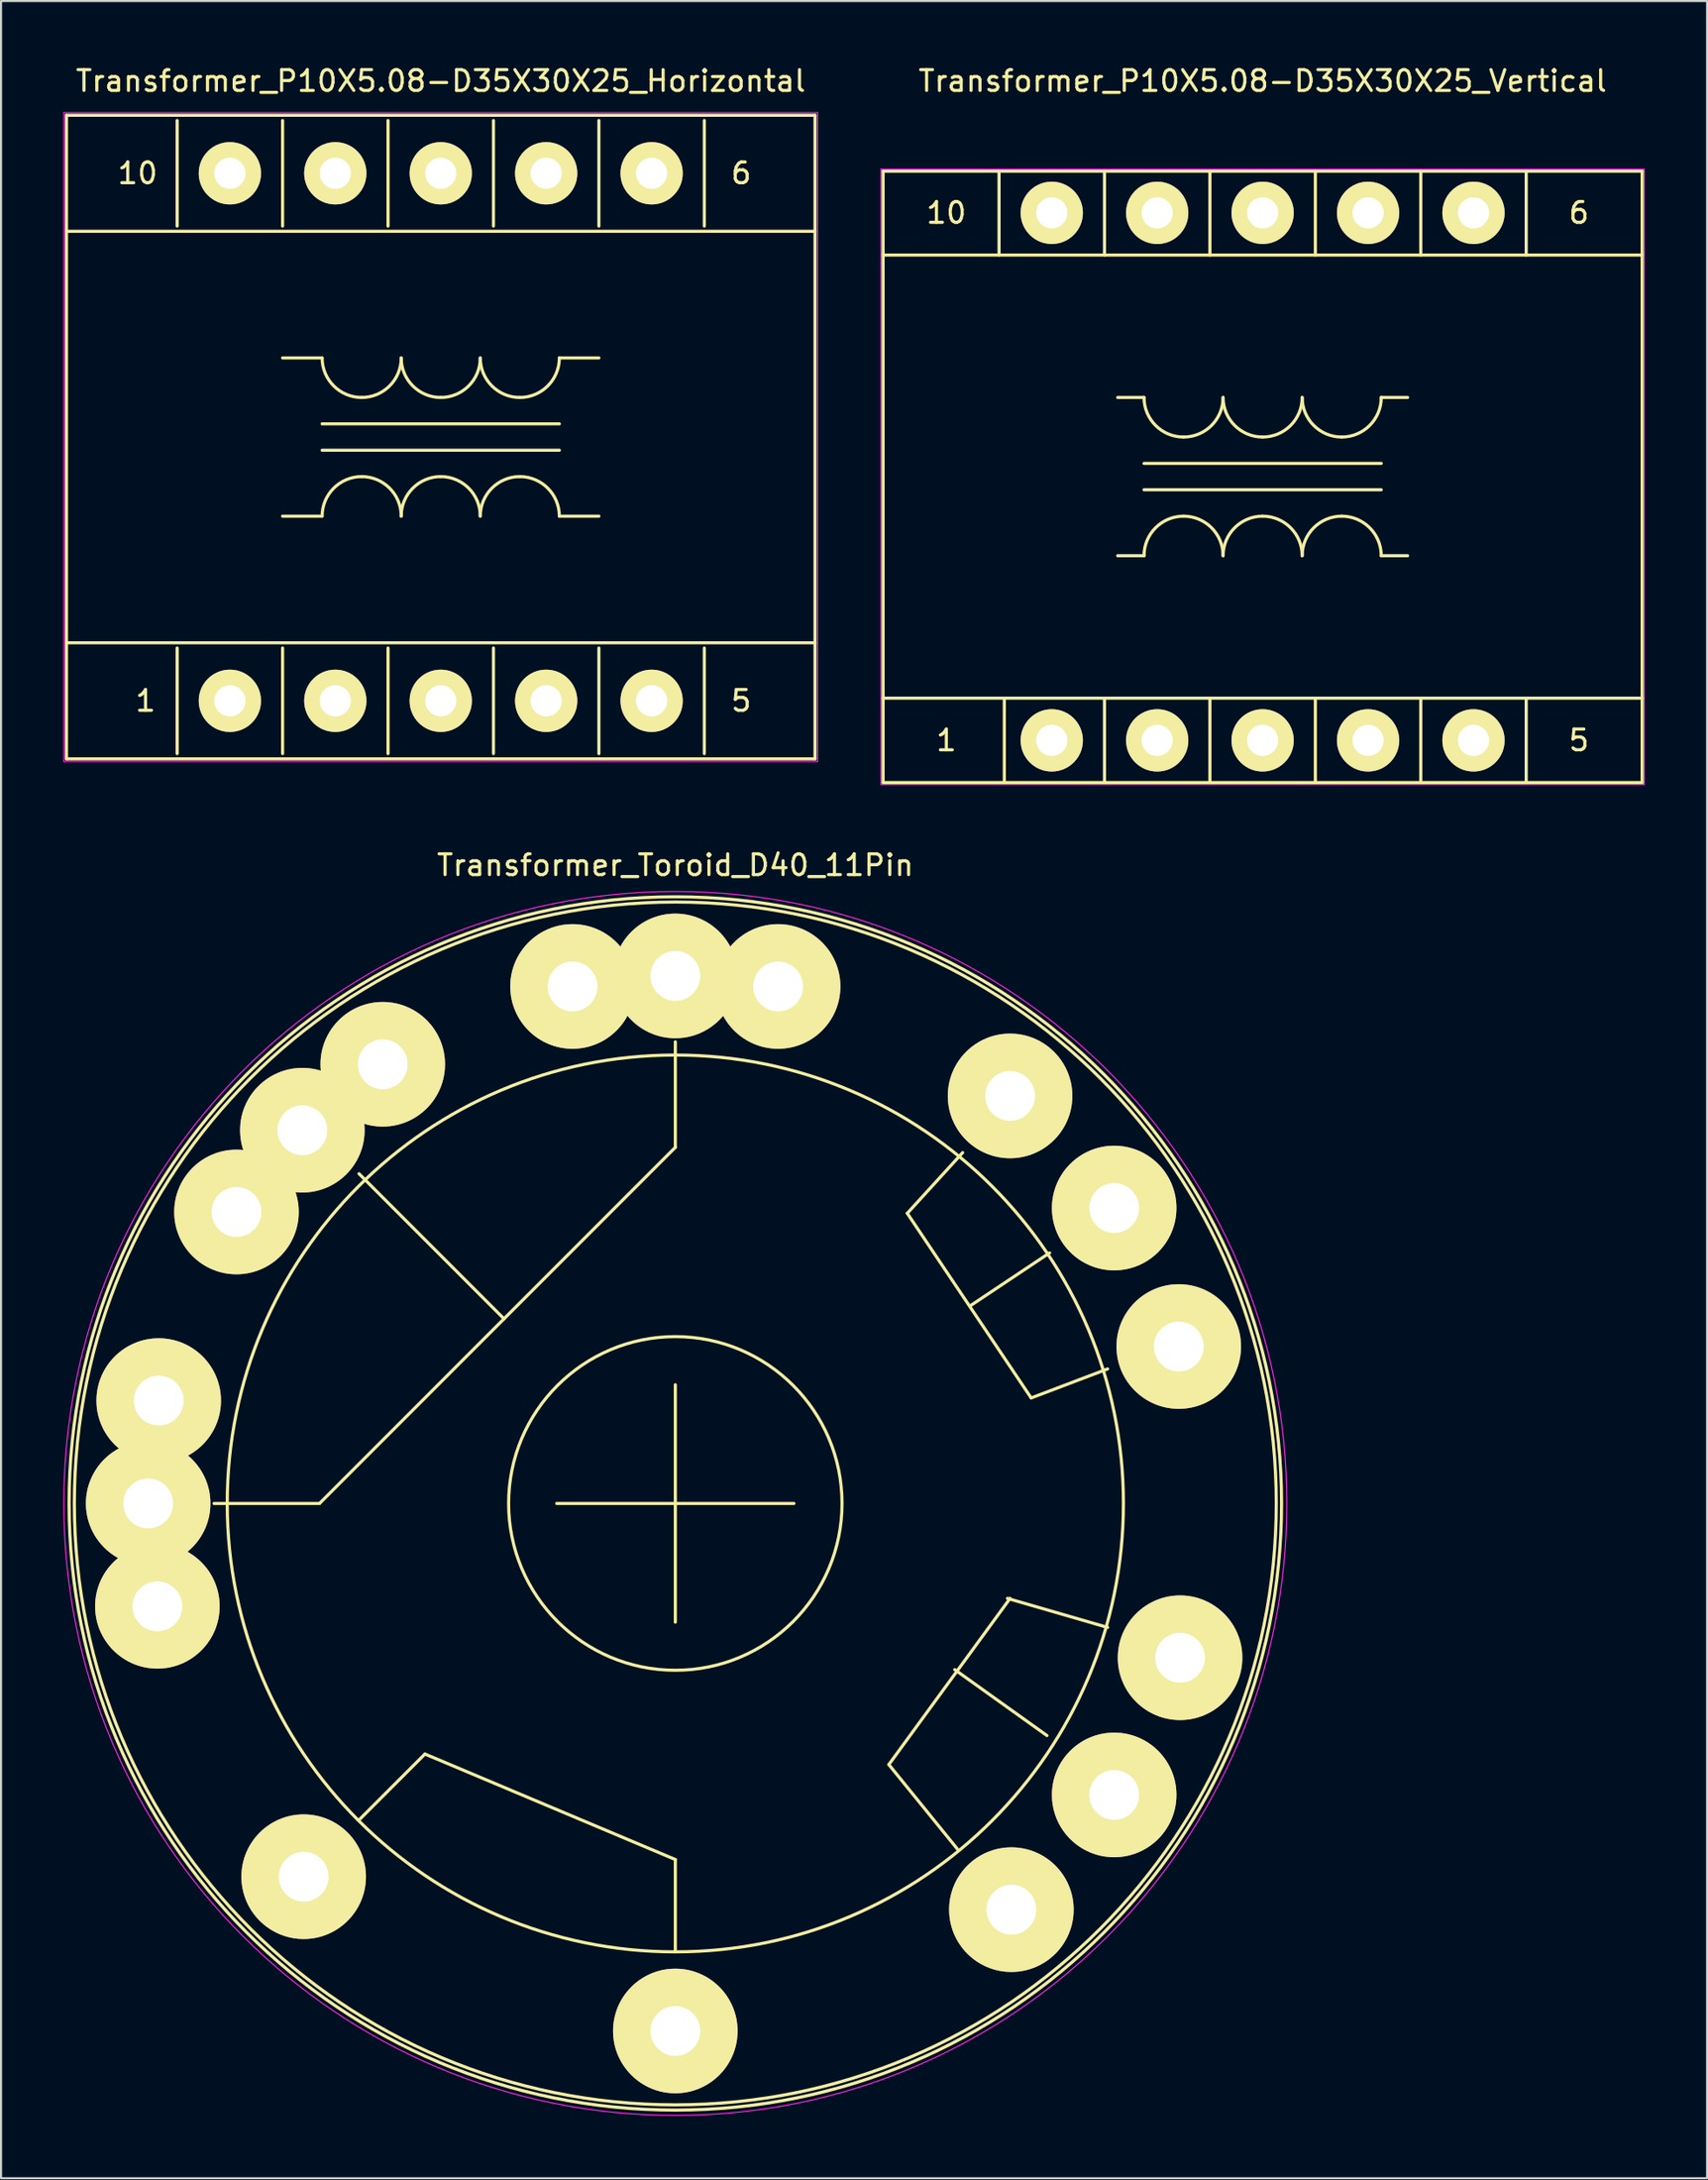
<source format=kicad_pcb>
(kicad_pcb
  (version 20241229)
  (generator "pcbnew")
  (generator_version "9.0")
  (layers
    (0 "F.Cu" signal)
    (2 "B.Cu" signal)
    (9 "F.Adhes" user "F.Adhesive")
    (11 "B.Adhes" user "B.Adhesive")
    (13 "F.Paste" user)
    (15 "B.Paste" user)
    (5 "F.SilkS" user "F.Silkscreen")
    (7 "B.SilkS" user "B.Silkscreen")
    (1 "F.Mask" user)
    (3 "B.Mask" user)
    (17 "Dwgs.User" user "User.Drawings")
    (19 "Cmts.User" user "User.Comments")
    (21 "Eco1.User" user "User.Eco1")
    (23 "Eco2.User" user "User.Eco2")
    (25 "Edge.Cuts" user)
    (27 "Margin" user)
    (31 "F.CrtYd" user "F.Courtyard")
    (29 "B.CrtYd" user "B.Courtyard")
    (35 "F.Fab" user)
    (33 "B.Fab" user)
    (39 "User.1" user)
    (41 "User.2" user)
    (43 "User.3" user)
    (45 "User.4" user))
  (footprint "Transformer_P10X5.08-D35X30X25_Horizontal"
    (layer "F.Cu")
    (at 8.026 30.693)
    (property "Reference" "Transformer_P10X5.08-D35X30X25_Horizontal" (at 10.16 -29.845 0) (layer "F.SilkS") (effects (font (size 1 1) (thickness 0.15))))
    (attr through_hole)
    (fp_line (start -7.874 -28.194) (end -7.874 2.794) (stroke (width 0.15) (type solid)) (layer "F.SilkS"))
    (fp_line (start -7.874 -22.606) (end 28.194 -22.606) (stroke (width 0.15) (type solid)) (layer "F.SilkS"))
    (fp_line (start -7.874 -2.794) (end 28.194 -2.794) (stroke (width 0.15) (type solid)) (layer "F.SilkS"))
    (fp_line (start -7.874 2.794) (end 28.194 2.794) (stroke (width 0.15) (type solid)) (layer "F.SilkS"))
    (fp_line (start -2.54 -22.86) (end -2.54 -27.94) (stroke (width 0.15) (type solid)) (layer "F.SilkS"))
    (fp_line (start -2.54 -2.54) (end -2.54 2.54) (stroke (width 0.15) (type solid)) (layer "F.SilkS"))
    (fp_line (start 2.54 -27.94) (end 2.54 -22.86) (stroke (width 0.15) (type solid)) (layer "F.SilkS"))
    (fp_line (start 2.54 -16.51) (end 4.445 -16.51) (stroke (width 0.15) (type solid)) (layer "F.SilkS"))
    (fp_line (start 2.54 -2.54) (end 2.54 2.54) (stroke (width 0.15) (type solid)) (layer "F.SilkS"))
    (fp_line (start 4.445 -13.335) (end 15.875 -13.335) (stroke (width 0.15) (type solid)) (layer "F.SilkS"))
    (fp_line (start 4.445 -8.89) (end 2.54 -8.89) (stroke (width 0.15) (type solid)) (layer "F.SilkS"))
    (fp_line (start 7.62 -22.86) (end 7.62 -27.94) (stroke (width 0.15) (type solid)) (layer "F.SilkS"))
    (fp_line (start 7.62 -2.54) (end 7.62 2.54) (stroke (width 0.15) (type solid)) (layer "F.SilkS"))
    (fp_line (start 12.7 -27.94) (end 12.7 -22.86) (stroke (width 0.15) (type solid)) (layer "F.SilkS"))
    (fp_line (start 12.7 -2.54) (end 12.7 2.54) (stroke (width 0.15) (type solid)) (layer "F.SilkS"))
    (fp_line (start 15.875 -16.51) (end 17.78 -16.51) (stroke (width 0.15) (type solid)) (layer "F.SilkS"))
    (fp_line (start 15.875 -12.065) (end 4.445 -12.065) (stroke (width 0.15) (type solid)) (layer "F.SilkS"))
    (fp_line (start 17.78 -27.94) (end 17.78 -22.86) (stroke (width 0.15) (type solid)) (layer "F.SilkS"))
    (fp_line (start 17.78 -8.89) (end 15.875 -8.89) (stroke (width 0.15) (type solid)) (layer "F.SilkS"))
    (fp_line (start 17.78 -2.54) (end 17.78 2.54) (stroke (width 0.15) (type solid)) (layer "F.SilkS"))
    (fp_line (start 22.86 -27.94) (end 22.86 -22.86) (stroke (width 0.15) (type solid)) (layer "F.SilkS"))
    (fp_line (start 22.86 -2.54) (end 22.86 2.54) (stroke (width 0.15) (type solid)) (layer "F.SilkS"))
    (fp_line (start 28.194 -28.194) (end -7.874 -28.194) (stroke (width 0.15) (type solid)) (layer "F.SilkS"))
    (fp_line (start 28.194 2.794) (end 28.194 -28.194) (stroke (width 0.15) (type solid)) (layer "F.SilkS"))
    (fp_arc (start 4.445 -8.89) (mid 5.002962 -10.237038) (end 6.35 -10.795) (stroke (width 0.15) (type solid)) (layer "F.SilkS"))
    (fp_arc (start 6.35 -14.605) (mid 5.002962 -15.162962) (end 4.445 -16.51) (stroke (width 0.15) (type solid)) (layer "F.SilkS"))
    (fp_arc (start 6.35 -10.795) (mid 7.697038 -10.237038) (end 8.255 -8.89) (stroke (width 0.15) (type solid)) (layer "F.SilkS"))
    (fp_arc (start 8.255 -16.51) (mid 7.697038 -15.162962) (end 6.35 -14.605) (stroke (width 0.15) (type solid)) (layer "F.SilkS"))
    (fp_arc (start 8.255 -8.89) (mid 8.812962 -10.237038) (end 10.16 -10.795) (stroke (width 0.15) (type solid)) (layer "F.SilkS"))
    (fp_arc (start 10.16 -14.605) (mid 8.812962 -15.162962) (end 8.255 -16.51) (stroke (width 0.15) (type solid)) (layer "F.SilkS"))
    (fp_arc (start 10.16 -10.795) (mid 11.507038 -10.237038) (end 12.065 -8.89) (stroke (width 0.15) (type solid)) (layer "F.SilkS"))
    (fp_arc (start 12.065 -16.51) (mid 11.507038 -15.162962) (end 10.16 -14.605) (stroke (width 0.15) (type solid)) (layer "F.SilkS"))
    (fp_arc (start 12.065 -8.89) (mid 12.622962 -10.237038) (end 13.97 -10.795) (stroke (width 0.15) (type solid)) (layer "F.SilkS"))
    (fp_arc (start 13.97 -14.605) (mid 12.622962 -15.162962) (end 12.065 -16.51) (stroke (width 0.15) (type solid)) (layer "F.SilkS"))
    (fp_arc (start 13.97 -10.795) (mid 15.317038 -10.237038) (end 15.875 -8.89) (stroke (width 0.15) (type solid)) (layer "F.SilkS"))
    (fp_arc (start 15.875 -16.51) (mid 15.317038 -15.162962) (end 13.97 -14.605) (stroke (width 0.15) (type solid)) (layer "F.SilkS"))
    (fp_line (start -8.001 -28.321) (end -8.001 2.921) (stroke (width 0.05) (type solid)) (layer "F.CrtYd"))
    (fp_line (start -8.001 2.921) (end 28.321 2.921) (stroke (width 0.05) (type solid)) (layer "F.CrtYd"))
    (fp_line (start 28.321 -28.321) (end -8.001 -28.321) (stroke (width 0.05) (type solid)) (layer "F.CrtYd"))
    (fp_line (start 28.321 2.921) (end 28.321 -28.321) (stroke (width 0.05) (type solid)) (layer "F.CrtYd"))
    (fp_text user "6" (at 24.638 -25.4 0) (layer "F.SilkS") (effects (font (size 1 1) (thickness 0.15))))
    (fp_text user "5" (at 24.638 0 0) (layer "F.SilkS") (effects (font (size 1 1) (thickness 0.15))))
    (fp_text user "1" (at -4.064 0 0) (layer "F.SilkS") (effects (font (size 1 1) (thickness 0.15))))
    (fp_text user "10" (at -4.445 -25.4 0) (layer "F.SilkS") (effects (font (size 1 1) (thickness 0.15))))
    (pad "1" thru_hole circle (at 0 0 90) (size 3 3) (drill 1.501) (layers "*.Cu" "*.Mask" "F.SilkS"))
    (pad "2" thru_hole circle (at 5.08 0 90) (size 3 3) (drill 1.501) (layers "*.Cu" "*.Mask" "F.SilkS"))
    (pad "3" thru_hole circle (at 10.16 0 90) (size 3 3) (drill 1.501) (layers "*.Cu" "*.Mask" "F.SilkS"))
    (pad "4" thru_hole circle (at 15.24 0 90) (size 3 3) (drill 1.501) (layers "*.Cu" "*.Mask" "F.SilkS"))
    (pad "5" thru_hole circle (at 20.32 0 90) (size 3 3) (drill 1.501) (layers "*.Cu" "*.Mask" "F.SilkS"))
    (pad "6" thru_hole circle (at 20.32 -25.4 90) (size 3 3) (drill 1.501) (layers "*.Cu" "*.Mask" "F.SilkS"))
    (pad "7" thru_hole circle (at 15.24 -25.4 90) (size 3 3) (drill 1.501) (layers "*.Cu" "*.Mask" "F.SilkS"))
    (pad "8" thru_hole circle (at 10.16 -25.4 90) (size 3 3) (drill 1.501) (layers "*.Cu" "*.Mask" "F.SilkS"))
    (pad "9" thru_hole circle (at 5.08 -25.4 90) (size 3 3) (drill 1.501) (layers "*.Cu" "*.Mask" "F.SilkS"))
    (pad "10" thru_hole circle (at 0 -25.4 90) (size 3 3) (drill 1.501) (layers "*.Cu" "*.Mask" "F.SilkS")))
  (footprint "Transformer_P10X5.08-D35X30X25_Vertical"
    (layer "F.Cu")
    (at 47.627 32.598)
    (property "Reference" "Transformer_P10X5.08-D35X30X25_Vertical" (at 10.16 -31.75 0) (layer "F.SilkS") (effects (font (size 1 1) (thickness 0.15))))
    (attr through_hole)
    (fp_line (start -8.128 -27.407) (end 28.448 -27.407) (stroke (width 0.15) (type solid)) (layer "F.SilkS"))
    (fp_line (start -8.128 -23.368) (end 28.448 -23.368) (stroke (width 0.15) (type solid)) (layer "F.SilkS"))
    (fp_line (start -8.128 -2.032) (end 28.448 -2.032) (stroke (width 0.15) (type solid)) (layer "F.SilkS"))
    (fp_line (start -8.128 2.032) (end -8.128 -27.407) (stroke (width 0.15) (type solid)) (layer "F.SilkS"))
    (fp_line (start -2.54 -27.432) (end -2.54 -23.368) (stroke (width 0.15) (type solid)) (layer "F.SilkS"))
    (fp_line (start -2.286 -2.032) (end -2.286 2.032) (stroke (width 0.15) (type solid)) (layer "F.SilkS"))
    (fp_line (start 2.54 -27.432) (end 2.54 -23.368) (stroke (width 0.15) (type solid)) (layer "F.SilkS"))
    (fp_line (start 2.54 -2.032) (end 2.54 2.032) (stroke (width 0.15) (type solid)) (layer "F.SilkS"))
    (fp_line (start 4.445 -16.51) (end 3.175 -16.51) (stroke (width 0.15) (type solid)) (layer "F.SilkS"))
    (fp_line (start 4.445 -13.335) (end 15.875 -13.335) (stroke (width 0.15) (type solid)) (layer "F.SilkS"))
    (fp_line (start 4.445 -12.065) (end 15.875 -12.065) (stroke (width 0.15) (type solid)) (layer "F.SilkS"))
    (fp_line (start 4.445 -8.89) (end 3.175 -8.89) (stroke (width 0.15) (type solid)) (layer "F.SilkS"))
    (fp_line (start 7.62 -27.432) (end 7.62 -23.368) (stroke (width 0.15) (type solid)) (layer "F.SilkS"))
    (fp_line (start 7.62 -2.032) (end 7.62 2.032) (stroke (width 0.15) (type solid)) (layer "F.SilkS"))
    (fp_line (start 12.7 -27.432) (end 12.7 -23.368) (stroke (width 0.15) (type solid)) (layer "F.SilkS"))
    (fp_line (start 12.7 -2.032) (end 12.7 2.032) (stroke (width 0.15) (type solid)) (layer "F.SilkS"))
    (fp_line (start 15.875 -16.51) (end 17.145 -16.51) (stroke (width 0.15) (type solid)) (layer "F.SilkS"))
    (fp_line (start 15.875 -8.89) (end 17.145 -8.89) (stroke (width 0.15) (type solid)) (layer "F.SilkS"))
    (fp_line (start 17.78 -27.432) (end 17.78 -23.368) (stroke (width 0.15) (type solid)) (layer "F.SilkS"))
    (fp_line (start 17.78 -2.032) (end 17.78 2.032) (stroke (width 0.15) (type solid)) (layer "F.SilkS"))
    (fp_line (start 22.86 -27.432) (end 22.86 -23.368) (stroke (width 0.15) (type solid)) (layer "F.SilkS"))
    (fp_line (start 22.86 -2.032) (end 22.86 2.032) (stroke (width 0.15) (type solid)) (layer "F.SilkS"))
    (fp_line (start 28.448 -27.407) (end 28.448 2.032) (stroke (width 0.15) (type solid)) (layer "F.SilkS"))
    (fp_line (start 28.448 2.032) (end -8.128 2.032) (stroke (width 0.15) (type solid)) (layer "F.SilkS"))
    (fp_arc (start 4.445 -8.89) (mid 5.002962 -10.237038) (end 6.35 -10.795) (stroke (width 0.15) (type solid)) (layer "F.SilkS"))
    (fp_arc (start 6.35 -14.605) (mid 5.002962 -15.162962) (end 4.445 -16.51) (stroke (width 0.15) (type solid)) (layer "F.SilkS"))
    (fp_arc (start 6.35 -10.795) (mid 7.697038 -10.237038) (end 8.255 -8.89) (stroke (width 0.15) (type solid)) (layer "F.SilkS"))
    (fp_arc (start 8.255 -16.51) (mid 7.697038 -15.162962) (end 6.35 -14.605) (stroke (width 0.15) (type solid)) (layer "F.SilkS"))
    (fp_arc (start 8.255 -8.89) (mid 8.812962 -10.237038) (end 10.16 -10.795) (stroke (width 0.15) (type solid)) (layer "F.SilkS"))
    (fp_arc (start 10.16 -14.605) (mid 8.812962 -15.162962) (end 8.255 -16.51) (stroke (width 0.15) (type solid)) (layer "F.SilkS"))
    (fp_arc (start 10.16 -10.795) (mid 11.507038 -10.237038) (end 12.065 -8.89) (stroke (width 0.15) (type solid)) (layer "F.SilkS"))
    (fp_arc (start 12.065 -16.51) (mid 11.507038 -15.162962) (end 10.16 -14.605) (stroke (width 0.15) (type solid)) (layer "F.SilkS"))
    (fp_arc (start 12.065 -8.89) (mid 12.622962 -10.237038) (end 13.97 -10.795) (stroke (width 0.15) (type solid)) (layer "F.SilkS"))
    (fp_arc (start 13.97 -14.605) (mid 12.622962 -15.162962) (end 12.065 -16.51) (stroke (width 0.15) (type solid)) (layer "F.SilkS"))
    (fp_arc (start 13.97 -10.795) (mid 15.317038 -10.237038) (end 15.875 -8.89) (stroke (width 0.15) (type solid)) (layer "F.SilkS"))
    (fp_arc (start 15.875 -16.51) (mid 15.317038 -15.162962) (end 13.97 -14.605) (stroke (width 0.15) (type solid)) (layer "F.SilkS"))
    (fp_line (start -8.23 -27.508) (end 28.55 -27.508) (stroke (width 0.05) (type solid)) (layer "F.CrtYd"))
    (fp_line (start -8.23 2.134) (end -8.23 -27.508) (stroke (width 0.05) (type solid)) (layer "F.CrtYd"))
    (fp_line (start 28.55 -27.508) (end 28.55 2.134) (stroke (width 0.05) (type solid)) (layer "F.CrtYd"))
    (fp_line (start 28.55 2.134) (end -8.23 2.134) (stroke (width 0.05) (type solid)) (layer "F.CrtYd"))
    (fp_text user "6" (at 25.4 -25.4 0) (layer "F.SilkS") (effects (font (size 1 1) (thickness 0.15))))
    (fp_text user "10" (at -5.08 -25.4 0) (layer "F.SilkS") (effects (font (size 1 1) (thickness 0.15))))
    (fp_text user "1" (at -5.08 0 0) (layer "F.SilkS") (effects (font (size 1 1) (thickness 0.15))))
    (fp_text user "5" (at 25.4 0 0) (layer "F.SilkS") (effects (font (size 1 1) (thickness 0.15))))
    (pad "1" thru_hole circle (at 0 0 90) (size 3 3) (drill 1.501) (layers "*.Cu" "*.Mask" "F.SilkS"))
    (pad "2" thru_hole circle (at 5.08 0 90) (size 3 3) (drill 1.501) (layers "*.Cu" "*.Mask" "F.SilkS"))
    (pad "3" thru_hole circle (at 10.16 0 90) (size 3 3) (drill 1.501) (layers "*.Cu" "*.Mask" "F.SilkS"))
    (pad "4" thru_hole circle (at 15.24 0 90) (size 3 3) (drill 1.501) (layers "*.Cu" "*.Mask" "F.SilkS"))
    (pad "5" thru_hole circle (at 20.32 0 90) (size 3 3) (drill 1.501) (layers "*.Cu" "*.Mask" "F.SilkS"))
    (pad "6" thru_hole circle (at 20.32 -25.4 90) (size 3 3) (drill 1.501) (layers "*.Cu" "*.Mask" "F.SilkS"))
    (pad "7" thru_hole circle (at 15.24 -25.4 90) (size 3 3) (drill 1.501) (layers "*.Cu" "*.Mask" "F.SilkS"))
    (pad "8" thru_hole circle (at 10.16 -25.4 90) (size 3 3) (drill 1.501) (layers "*.Cu" "*.Mask" "F.SilkS"))
    (pad "9" thru_hole circle (at 5.08 -25.4 90) (size 3 3) (drill 1.501) (layers "*.Cu" "*.Mask" "F.SilkS"))
    (pad "10" thru_hole circle (at 0 -25.4 90) (size 3 3) (drill 1.501) (layers "*.Cu" "*.Mask" "F.SilkS")))
  (footprint "Transformer_Toroid_D40_11Pin"
    (layer "F.Cu")
    (at 29.489 69.339)
    (property "Reference" "Transformer_Toroid_D40_11Pin" (at 0 -30.734 0) (layer "F.SilkS") (effects (font (size 1 1) (thickness 0.15))))
    (attr through_hole)
    (fp_line (start -17.145 0) (end -22.225 0) (stroke (width 0.15) (type solid)) (layer "F.SilkS"))
    (fp_line (start -17.145 0) (end 0 -17.145) (stroke (width 0.15) (type solid)) (layer "F.SilkS"))
    (fp_line (start -15.24 -15.875) (end -8.255 -8.89) (stroke (width 0.15) (type solid)) (layer "F.SilkS"))
    (fp_line (start -15.24 15.24) (end -12.065 12.065) (stroke (width 0.15) (type solid)) (layer "F.SilkS"))
    (fp_line (start -12.065 12.065) (end 0 17.145) (stroke (width 0.15) (type solid)) (layer "F.SilkS"))
    (fp_line (start -5.715 0) (end 5.715 0) (stroke (width 0.15) (type solid)) (layer "F.SilkS"))
    (fp_line (start 0 -17.145) (end 0 -22.225) (stroke (width 0.15) (type solid)) (layer "F.SilkS"))
    (fp_line (start 0 -5.715) (end 0 5.715) (stroke (width 0.15) (type solid)) (layer "F.SilkS"))
    (fp_line (start 0 17.145) (end 0 21.59) (stroke (width 0.15) (type solid)) (layer "F.SilkS"))
    (fp_line (start 10.287 12.573) (end 16.129 4.572) (stroke (width 0.15) (type solid)) (layer "F.SilkS"))
    (fp_line (start 11.176 -13.97) (end 13.843 -16.891) (stroke (width 0.15) (type solid)) (layer "F.SilkS"))
    (fp_line (start 11.176 -13.97) (end 17.145 -5.08) (stroke (width 0.15) (type solid)) (layer "F.SilkS"))
    (fp_line (start 13.462 8.001) (end 17.907 11.176) (stroke (width 0.15) (type solid)) (layer "F.SilkS"))
    (fp_line (start 13.589 16.637) (end 10.287 12.573) (stroke (width 0.15) (type solid)) (layer "F.SilkS"))
    (fp_line (start 14.224 -9.525) (end 18.034 -12.065) (stroke (width 0.15) (type solid)) (layer "F.SilkS"))
    (fp_line (start 16.002 4.572) (end 20.828 5.969) (stroke (width 0.15) (type solid)) (layer "F.SilkS"))
    (fp_line (start 17.145 -5.08) (end 20.828 -6.477) (stroke (width 0.15) (type solid)) (layer "F.SilkS"))
    (fp_circle (center 0 0) (end 7.62 2.54) (stroke (width 0.15) (type solid)) (fill no) (layer "F.SilkS"))
    (fp_circle (center 0 0) (end 19.05 10.16) (stroke (width 0.15) (type solid)) (fill no) (layer "F.SilkS"))
    (fp_circle (center 0 0) (end 28.956 0) (stroke (width 0.15) (type solid)) (fill no) (layer "F.SilkS"))
    (fp_circle (center 0 0) (end 29.21 0) (stroke (width 0.15) (type solid)) (fill no) (layer "F.SilkS"))
    (fp_circle (center 0 0) (end 29.464 0) (stroke (width 0.05) (type solid)) (fill no) (layer "F.CrtYd"))
    (pad "1" thru_hole circle (at -17.907 17.971 315) (size 6 6) (drill 2.4) (layers "*.Cu" "*.Mask" "F.SilkS"))
    (pad "2" thru_hole circle (at 0 25.4 315) (size 6 6) (drill 2.4) (layers "*.Cu" "*.Mask" "F.SilkS"))
    (pad "3" thru_hole circle (at 16.192 19.558 315) (size 6 6) (drill 2.4) (layers "*.Cu" "*.Mask" "F.SilkS"))
    (pad "4" thru_hole circle (at 21.145 14.034 315) (size 6 6) (drill 2.4) (layers "*.Cu" "*.Mask" "F.SilkS"))
    (pad "5" thru_hole circle (at 24.32 7.429 315) (size 6 6) (drill 2.4) (layers "*.Cu" "*.Mask" "F.SilkS"))
    (pad "6" thru_hole circle (at 24.257 -7.556 315) (size 6 6) (drill 2.4) (layers "*.Cu" "*.Mask" "F.SilkS"))
    (pad "7" thru_hole circle (at 21.145 -14.224 315) (size 6 6) (drill 2.4) (layers "*.Cu" "*.Mask" "F.SilkS"))
    (pad "8" thru_hole circle (at 16.129 -19.622 315) (size 6 6) (drill 2.4) (layers "*.Cu" "*.Mask" "F.SilkS"))
    (pad "9" thru_hole circle (at -4.953 -24.892) (size 6 6) (drill 2.4) (layers "*.Cu" "*.Mask" "F.SilkS"))
    (pad "9" thru_hole circle (at 0 -25.4) (size 6 6) (drill 2.4) (layers "*.Cu" "*.Mask" "F.SilkS"))
    (pad "9" thru_hole circle (at 4.953 -24.892) (size 6 6) (drill 2.4) (layers "*.Cu" "*.Mask" "F.SilkS"))
    (pad "10" thru_hole circle (at -21.145 -14.034 315) (size 6 6) (drill 2.4) (layers "*.Cu" "*.Mask" "F.SilkS"))
    (pad "10" thru_hole circle (at -17.971 -17.971 315) (size 6 6) (drill 2.4) (layers "*.Cu" "*.Mask" "F.SilkS"))
    (pad "10" thru_hole circle (at -14.097 -21.145 315) (size 6 6) (drill 2.4) (layers "*.Cu" "*.Mask" "F.SilkS"))
    (pad "11" thru_hole circle (at -25.4 0 315) (size 6 6) (drill 2.4) (layers "*.Cu" "*.Mask" "F.SilkS"))
    (pad "11" thru_hole circle (at -24.956 4.953 315) (size 6 6) (drill 2.4) (layers "*.Cu" "*.Mask" "F.SilkS"))
    (pad "11" thru_hole circle (at -24.892 -4.953 315) (size 6 6) (drill 2.4) (layers "*.Cu" "*.Mask" "F.SilkS")))
  (gr_rect
    (start -3 -3)
    (end 79.201 101.828)
    (stroke (width 0.1) (type default))
    (fill no)
    (layer "Edge.Cuts")))
</source>
